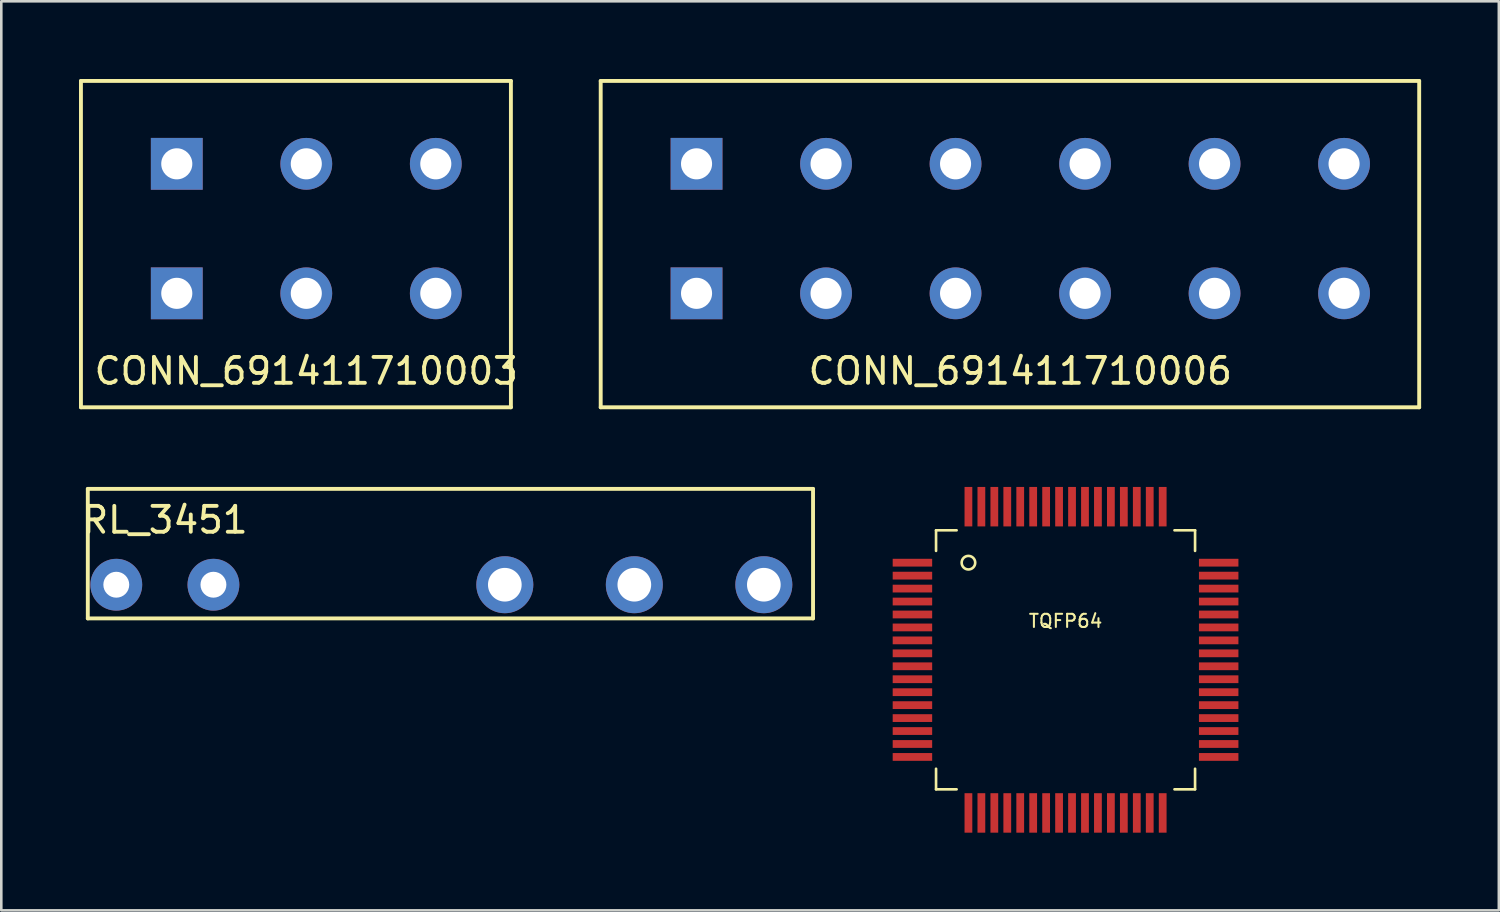
<source format=kicad_pcb>
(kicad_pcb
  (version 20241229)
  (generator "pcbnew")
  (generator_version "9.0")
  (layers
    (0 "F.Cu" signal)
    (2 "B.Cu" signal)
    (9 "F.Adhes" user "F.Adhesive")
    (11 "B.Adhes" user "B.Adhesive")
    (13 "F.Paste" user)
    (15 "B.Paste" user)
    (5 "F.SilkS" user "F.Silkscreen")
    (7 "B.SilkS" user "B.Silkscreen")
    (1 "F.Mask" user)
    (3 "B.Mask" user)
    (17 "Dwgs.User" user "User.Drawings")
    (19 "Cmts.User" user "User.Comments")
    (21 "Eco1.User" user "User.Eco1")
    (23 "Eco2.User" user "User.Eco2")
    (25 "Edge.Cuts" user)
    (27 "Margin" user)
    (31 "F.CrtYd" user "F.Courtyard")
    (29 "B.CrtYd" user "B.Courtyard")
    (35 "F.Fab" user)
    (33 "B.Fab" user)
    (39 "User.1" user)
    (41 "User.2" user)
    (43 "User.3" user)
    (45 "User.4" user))
  (footprint "TQFP64"
    (layer "F.Cu")
    (at 38.089 22.424)
    (property "Reference" "TQFP64" (at 0 -1.499 0) (layer "F.SilkS") (effects (font (size 0.508 0.508) (thickness 0.079))))
    (attr through_hole)
    (fp_line (start -5 -5) (end -5 -4.206) (stroke (width 0.102) (type solid)) (layer "F.SilkS"))
    (fp_line (start -5 5) (end -5 4.206) (stroke (width 0.102) (type solid)) (layer "F.SilkS"))
    (fp_line (start -4.206 -5) (end -5 -5) (stroke (width 0.102) (type solid)) (layer "F.SilkS"))
    (fp_line (start -4.206 5) (end -5 5) (stroke (width 0.102) (type solid)) (layer "F.SilkS"))
    (fp_line (start 4.206 5) (end 5 5) (stroke (width 0.102) (type solid)) (layer "F.SilkS"))
    (fp_line (start 5 -5) (end 4.206 -5) (stroke (width 0.102) (type solid)) (layer "F.SilkS"))
    (fp_line (start 5 -4.206) (end 5 -5) (stroke (width 0.102) (type solid)) (layer "F.SilkS"))
    (fp_line (start 5 5) (end 5 4.206) (stroke (width 0.102) (type solid)) (layer "F.SilkS"))
    (fp_circle (center -3.75 -3.75) (end -4.003 -3.818) (stroke (width 0.102) (type solid)) (fill no) (layer "F.SilkS"))
    (pad "1" smd rect (at -5.912 -3.75 90) (size 0.3 1.524) (layers "F.Cu" "F.Mask" "F.Paste"))
    (pad "2" smd rect (at -5.912 -3.25 90) (size 0.3 1.524) (layers "F.Cu" "F.Mask" "F.Paste"))
    (pad "3" smd rect (at -5.912 -2.75 90) (size 0.3 1.524) (layers "F.Cu" "F.Mask" "F.Paste"))
    (pad "4" smd rect (at -5.912 -2.25 90) (size 0.3 1.524) (layers "F.Cu" "F.Mask" "F.Paste"))
    (pad "5" smd rect (at -5.912 -1.75 90) (size 0.3 1.524) (layers "F.Cu" "F.Mask" "F.Paste"))
    (pad "6" smd rect (at -5.912 -1.25 90) (size 0.3 1.524) (layers "F.Cu" "F.Mask" "F.Paste"))
    (pad "7" smd rect (at -5.912 -0.75 90) (size 0.3 1.524) (layers "F.Cu" "F.Mask" "F.Paste"))
    (pad "8" smd rect (at -5.912 -0.25 90) (size 0.3 1.524) (layers "F.Cu" "F.Mask" "F.Paste"))
    (pad "9" smd rect (at -5.912 0.25 90) (size 0.3 1.524) (layers "F.Cu" "F.Mask" "F.Paste"))
    (pad "10" smd rect (at -5.912 0.75 90) (size 0.3 1.524) (layers "F.Cu" "F.Mask" "F.Paste"))
    (pad "11" smd rect (at -5.912 1.25 90) (size 0.3 1.524) (layers "F.Cu" "F.Mask" "F.Paste"))
    (pad "12" smd rect (at -5.912 1.75 90) (size 0.3 1.524) (layers "F.Cu" "F.Mask" "F.Paste"))
    (pad "13" smd rect (at -5.912 2.25 90) (size 0.3 1.524) (layers "F.Cu" "F.Mask" "F.Paste"))
    (pad "14" smd rect (at -5.912 2.75 90) (size 0.3 1.524) (layers "F.Cu" "F.Mask" "F.Paste"))
    (pad "15" smd rect (at -5.912 3.25 90) (size 0.3 1.524) (layers "F.Cu" "F.Mask" "F.Paste"))
    (pad "16" smd rect (at -5.912 3.75 90) (size 0.3 1.524) (layers "F.Cu" "F.Mask" "F.Paste"))
    (pad "17" smd rect (at -3.75 5.912) (size 0.3 1.524) (layers "F.Cu" "F.Mask" "F.Paste"))
    (pad "18" smd rect (at -3.25 5.912) (size 0.3 1.524) (layers "F.Cu" "F.Mask" "F.Paste"))
    (pad "19" smd rect (at -2.75 5.912) (size 0.3 1.524) (layers "F.Cu" "F.Mask" "F.Paste"))
    (pad "20" smd rect (at -2.25 5.912) (size 0.3 1.524) (layers "F.Cu" "F.Mask" "F.Paste"))
    (pad "21" smd rect (at -1.75 5.912) (size 0.3 1.524) (layers "F.Cu" "F.Mask" "F.Paste"))
    (pad "22" smd rect (at -1.25 5.912) (size 0.3 1.524) (layers "F.Cu" "F.Mask" "F.Paste"))
    (pad "23" smd rect (at -0.75 5.912) (size 0.3 1.524) (layers "F.Cu" "F.Mask" "F.Paste"))
    (pad "24" smd rect (at -0.25 5.912) (size 0.3 1.524) (layers "F.Cu" "F.Mask" "F.Paste"))
    (pad "25" smd rect (at 0.25 5.912) (size 0.3 1.524) (layers "F.Cu" "F.Mask" "F.Paste"))
    (pad "26" smd rect (at 0.75 5.912) (size 0.3 1.524) (layers "F.Cu" "F.Mask" "F.Paste"))
    (pad "27" smd rect (at 1.25 5.912) (size 0.3 1.524) (layers "F.Cu" "F.Mask" "F.Paste"))
    (pad "28" smd rect (at 1.75 5.912) (size 0.3 1.524) (layers "F.Cu" "F.Mask" "F.Paste"))
    (pad "29" smd rect (at 2.25 5.912) (size 0.3 1.524) (layers "F.Cu" "F.Mask" "F.Paste"))
    (pad "30" smd rect (at 2.75 5.912) (size 0.3 1.524) (layers "F.Cu" "F.Mask" "F.Paste"))
    (pad "31" smd rect (at 3.25 5.912) (size 0.3 1.524) (layers "F.Cu" "F.Mask" "F.Paste"))
    (pad "32" smd rect (at 3.75 5.912) (size 0.3 1.524) (layers "F.Cu" "F.Mask" "F.Paste"))
    (pad "33" smd rect (at 5.912 3.75 270) (size 0.3 1.524) (layers "F.Cu" "F.Mask" "F.Paste"))
    (pad "34" smd rect (at 5.912 3.25 270) (size 0.3 1.524) (layers "F.Cu" "F.Mask" "F.Paste"))
    (pad "35" smd rect (at 5.912 2.75 270) (size 0.3 1.524) (layers "F.Cu" "F.Mask" "F.Paste"))
    (pad "36" smd rect (at 5.912 2.25 270) (size 0.3 1.524) (layers "F.Cu" "F.Mask" "F.Paste"))
    (pad "37" smd rect (at 5.912 1.75 270) (size 0.3 1.524) (layers "F.Cu" "F.Mask" "F.Paste"))
    (pad "38" smd rect (at 5.912 1.25 270) (size 0.3 1.524) (layers "F.Cu" "F.Mask" "F.Paste"))
    (pad "39" smd rect (at 5.912 0.75 270) (size 0.3 1.524) (layers "F.Cu" "F.Mask" "F.Paste"))
    (pad "40" smd rect (at 5.912 0.25 270) (size 0.3 1.524) (layers "F.Cu" "F.Mask" "F.Paste"))
    (pad "41" smd rect (at 5.912 -0.25 270) (size 0.3 1.524) (layers "F.Cu" "F.Mask" "F.Paste"))
    (pad "42" smd rect (at 5.912 -0.75 270) (size 0.3 1.524) (layers "F.Cu" "F.Mask" "F.Paste"))
    (pad "43" smd rect (at 5.912 -1.25 270) (size 0.3 1.524) (layers "F.Cu" "F.Mask" "F.Paste"))
    (pad "44" smd rect (at 5.912 -1.75 270) (size 0.3 1.524) (layers "F.Cu" "F.Mask" "F.Paste"))
    (pad "45" smd rect (at 5.912 -2.25 270) (size 0.3 1.524) (layers "F.Cu" "F.Mask" "F.Paste"))
    (pad "46" smd rect (at 5.912 -2.75 270) (size 0.3 1.524) (layers "F.Cu" "F.Mask" "F.Paste"))
    (pad "47" smd rect (at 5.912 -3.25 270) (size 0.3 1.524) (layers "F.Cu" "F.Mask" "F.Paste"))
    (pad "48" smd rect (at 5.912 -3.75 270) (size 0.3 1.524) (layers "F.Cu" "F.Mask" "F.Paste"))
    (pad "49" smd rect (at 3.75 -5.912 180) (size 0.3 1.524) (layers "F.Cu" "F.Mask" "F.Paste"))
    (pad "50" smd rect (at 3.25 -5.912 180) (size 0.3 1.524) (layers "F.Cu" "F.Mask" "F.Paste"))
    (pad "51" smd rect (at 2.75 -5.912 180) (size 0.3 1.524) (layers "F.Cu" "F.Mask" "F.Paste"))
    (pad "52" smd rect (at 2.25 -5.912 180) (size 0.3 1.524) (layers "F.Cu" "F.Mask" "F.Paste"))
    (pad "53" smd rect (at 1.75 -5.912 180) (size 0.3 1.524) (layers "F.Cu" "F.Mask" "F.Paste"))
    (pad "54" smd rect (at 1.25 -5.912 180) (size 0.3 1.524) (layers "F.Cu" "F.Mask" "F.Paste"))
    (pad "55" smd rect (at 0.75 -5.912 180) (size 0.3 1.524) (layers "F.Cu" "F.Mask" "F.Paste"))
    (pad "56" smd rect (at 0.25 -5.912 180) (size 0.3 1.524) (layers "F.Cu" "F.Mask" "F.Paste"))
    (pad "57" smd rect (at -0.25 -5.912 180) (size 0.3 1.524) (layers "F.Cu" "F.Mask" "F.Paste"))
    (pad "58" smd rect (at -0.75 -5.912 180) (size 0.3 1.524) (layers "F.Cu" "F.Mask" "F.Paste"))
    (pad "59" smd rect (at -1.25 -5.912 180) (size 0.3 1.524) (layers "F.Cu" "F.Mask" "F.Paste"))
    (pad "60" smd rect (at -1.75 -5.912 180) (size 0.3 1.524) (layers "F.Cu" "F.Mask" "F.Paste"))
    (pad "61" smd rect (at -2.25 -5.912 180) (size 0.3 1.524) (layers "F.Cu" "F.Mask" "F.Paste"))
    (pad "62" smd rect (at -2.75 -5.912 180) (size 0.3 1.524) (layers "F.Cu" "F.Mask" "F.Paste"))
    (pad "63" smd rect (at -3.25 -5.912 180) (size 0.3 1.524) (layers "F.Cu" "F.Mask" "F.Paste"))
    (pad "64" smd rect (at -3.75 -5.912 180) (size 0.3 1.524) (layers "F.Cu" "F.Mask" "F.Paste")))
  (footprint "RL_3451"
    (layer "F.Cu")
    (at 1.44 19.525)
    (property "Reference" "RL_3451" (at 1.875 -2.5 0) (layer "F.SilkS") (effects (font (size 1 1) (thickness 0.15))))
    (attr through_hole)
    (fp_line (start -1.1 -3.7) (end -1.1 1.3) (stroke (width 0.15) (type solid)) (layer "F.SilkS"))
    (fp_line (start -1.1 -3.7) (end 26.9 -3.7) (stroke (width 0.15) (type solid)) (layer "F.SilkS"))
    (fp_line (start -1.1 1.3) (end 26.9 1.3) (stroke (width 0.15) (type solid)) (layer "F.SilkS"))
    (fp_line (start 26.9 -3.7) (end 26.9 1.3) (stroke (width 0.15) (type solid)) (layer "F.SilkS"))
    (pad "11" thru_hole circle (at 20 0) (size 2.2 2.2) (drill 1.3) (layers "*.Cu" "*.Mask"))
    (pad "12" thru_hole circle (at 15 0) (size 2.2 2.2) (drill 1.3) (layers "*.Cu" "*.Mask"))
    (pad "14" thru_hole circle (at 25 0) (size 2.2 2.2) (drill 1.3) (layers "*.Cu" "*.Mask"))
    (pad "A1" thru_hole circle (at 3.75 0) (size 2 2) (drill 1) (layers "*.Cu" "*.Mask"))
    (pad "A2" thru_hole circle (at 0 0) (size 2 2) (drill 1) (layers "*.Cu" "*.Mask")))
  (footprint "CONN_691411710003"
    (layer "F.Cu")
    (at 8.775 5.775)
    (property "Reference" "CONN_691411710003" (at 0 5.5 0) (layer "F.SilkS") (effects (font (size 1 1) (thickness 0.15))))
    (attr through_hole)
    (fp_line (start -8.7 -5.7) (end -8.7 6.9) (stroke (width 0.15) (type solid)) (layer "F.SilkS"))
    (fp_line (start -8.7 -5.7) (end 7.9 -5.7) (stroke (width 0.15) (type solid)) (layer "F.SilkS"))
    (fp_line (start 7.9 -5.7) (end 7.9 6.9) (stroke (width 0.15) (type solid)) (layer "F.SilkS"))
    (fp_line (start 7.9 6.9) (end -8.7 6.9) (stroke (width 0.15) (type solid)) (layer "F.SilkS"))
    (pad "1" thru_hole rect (at -5 -2.5) (size 2 2) (drill 1.2) (layers "*.Cu" "*.Mask"))
    (pad "1" thru_hole rect (at -5 2.5) (size 2 2) (drill 1.2) (layers "*.Cu" "*.Mask"))
    (pad "2" thru_hole circle (at 0 -2.5) (size 2 2) (drill 1.2) (layers "*.Cu" "*.Mask"))
    (pad "2" thru_hole circle (at 0 2.5) (size 2 2) (drill 1.2) (layers "*.Cu" "*.Mask"))
    (pad "3" thru_hole circle (at 5 -2.5) (size 2 2) (drill 1.2) (layers "*.Cu" "*.Mask"))
    (pad "3" thru_hole circle (at 5 2.5) (size 2 2) (drill 1.2) (layers "*.Cu" "*.Mask")))
  (footprint "CONN_691411710006"
    (layer "F.Cu")
    (at 36.342 5.775)
    (property "Reference" "CONN_691411710006" (at 0 5.5 0) (layer "F.SilkS") (effects (font (size 1 1) (thickness 0.15))))
    (attr through_hole)
    (fp_line (start -16.2 -5.7) (end -16.2 6.9) (stroke (width 0.15) (type solid)) (layer "F.SilkS"))
    (fp_line (start -16.2 -5.7) (end 15.4 -5.7) (stroke (width 0.15) (type solid)) (layer "F.SilkS"))
    (fp_line (start 15.4 -5.7) (end 15.4 6.9) (stroke (width 0.15) (type solid)) (layer "F.SilkS"))
    (fp_line (start 15.4 6.9) (end -16.2 6.9) (stroke (width 0.15) (type solid)) (layer "F.SilkS"))
    (pad "1" thru_hole rect (at -12.5 -2.5) (size 2 2) (drill 1.2) (layers "*.Cu" "*.Mask"))
    (pad "1" thru_hole rect (at -12.5 2.5) (size 2 2) (drill 1.2) (layers "*.Cu" "*.Mask"))
    (pad "2" thru_hole circle (at -7.5 -2.5) (size 2 2) (drill 1.2) (layers "*.Cu" "*.Mask"))
    (pad "2" thru_hole circle (at -7.5 2.5) (size 2 2) (drill 1.2) (layers "*.Cu" "*.Mask"))
    (pad "3" thru_hole circle (at -2.5 -2.5) (size 2 2) (drill 1.2) (layers "*.Cu" "*.Mask"))
    (pad "3" thru_hole circle (at -2.5 2.5) (size 2 2) (drill 1.2) (layers "*.Cu" "*.Mask"))
    (pad "4" thru_hole circle (at 2.5 -2.5) (size 2 2) (drill 1.2) (layers "*.Cu" "*.Mask"))
    (pad "4" thru_hole circle (at 2.5 2.5) (size 2 2) (drill 1.2) (layers "*.Cu" "*.Mask"))
    (pad "5" thru_hole circle (at 7.5 -2.5) (size 2 2) (drill 1.2) (layers "*.Cu" "*.Mask"))
    (pad "5" thru_hole circle (at 7.5 2.5) (size 2 2) (drill 1.2) (layers "*.Cu" "*.Mask"))
    (pad "6" thru_hole circle (at 12.5 -2.5) (size 2 2) (drill 1.2) (layers "*.Cu" "*.Mask"))
    (pad "6" thru_hole circle (at 12.5 2.5) (size 2 2) (drill 1.2) (layers "*.Cu" "*.Mask")))
  (gr_rect
    (start -3 -3)
    (end 54.817 32.098)
    (stroke (width 0.1) (type default))
    (fill no)
    (layer "Edge.Cuts")))
</source>
